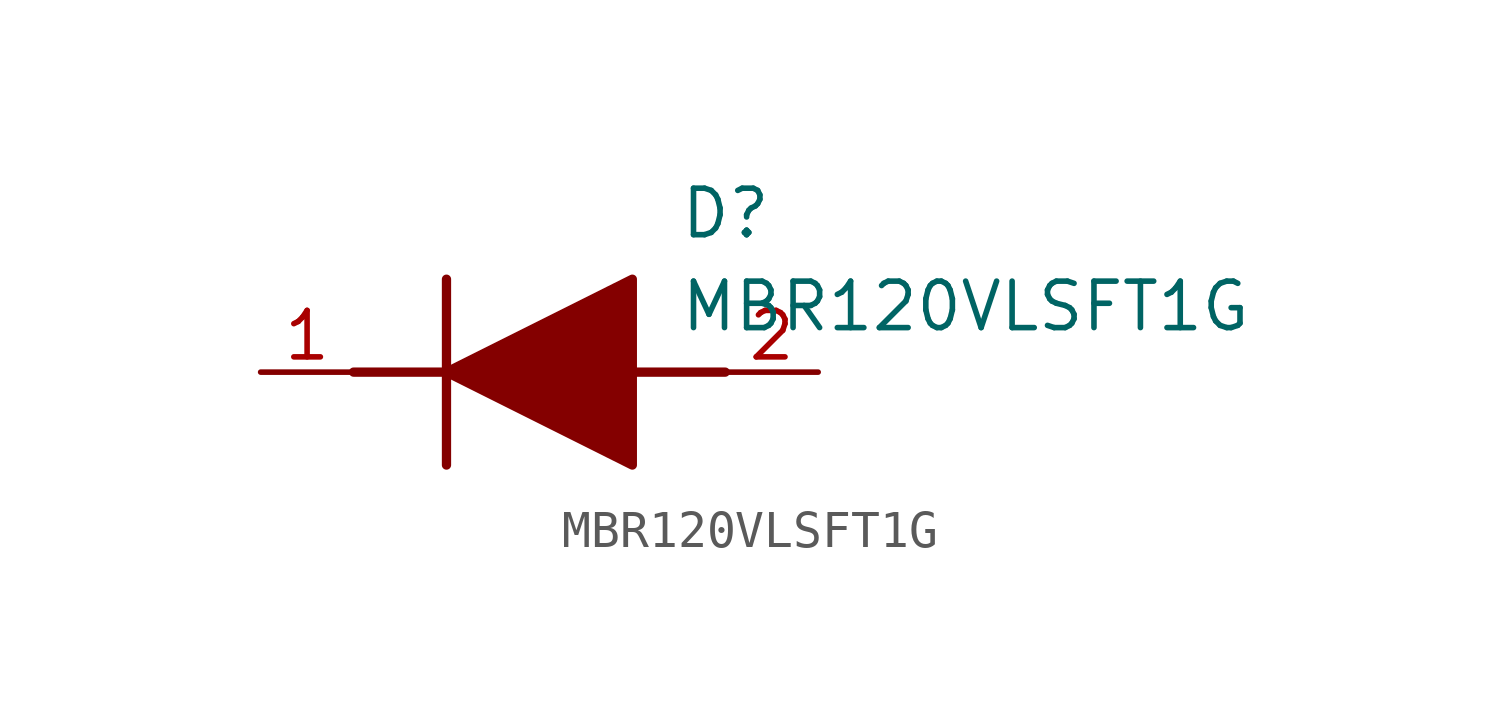
<source format=kicad_sym>
(kicad_symbol_lib
  (version 20211014)
  (generator SamacSys_ECAD_Model)
  (symbol "MBR120VLSFT1G"
    (pin_names hide)
    (property "Reference" "D"
      (at 11.43 5.08 0)
      (effects (font (size 1.27 1.27)) (justify left top)))
    (property "Value" "MBR120VLSFT1G"
      (at 11.43 2.54 0)
      (effects (font (size 1.27 1.27)) (justify left top)))
    (polyline
      (pts (xy 5.08 2.54) (xy 5.08 -2.54))
      (stroke (width 0.254) (type default))
      (fill (type none)))
    (polyline
      (pts (xy 2.54 0) (xy 5.08 0))
      (stroke (width 0.254) (type default))
      (fill (type none)))
    (polyline
      (pts (xy 10.16 0) (xy 12.7 0))
      (stroke (width 0.254) (type default))
      (fill (type none)))
    (polyline
      (pts (xy 5.08 0) (xy 10.16 2.54) (xy 10.16 -2.54) (xy 5.08 0))
      (stroke (width 0.254) (type default))
      (fill (type outline)))
    (pin passive line
      (at 0 0 0)
      (length 2.54)
      (name "K" (effects (font (size 1.27 1.27))))
      (number "1" (effects (font (size 1.27 1.27)))))
    (pin passive line
      (at 15.24 0 180)
      (length 2.54)
      (name "A" (effects (font (size 1.27 1.27))))
      (number "2" (effects (font (size 1.27 1.27)))))))
</source>
